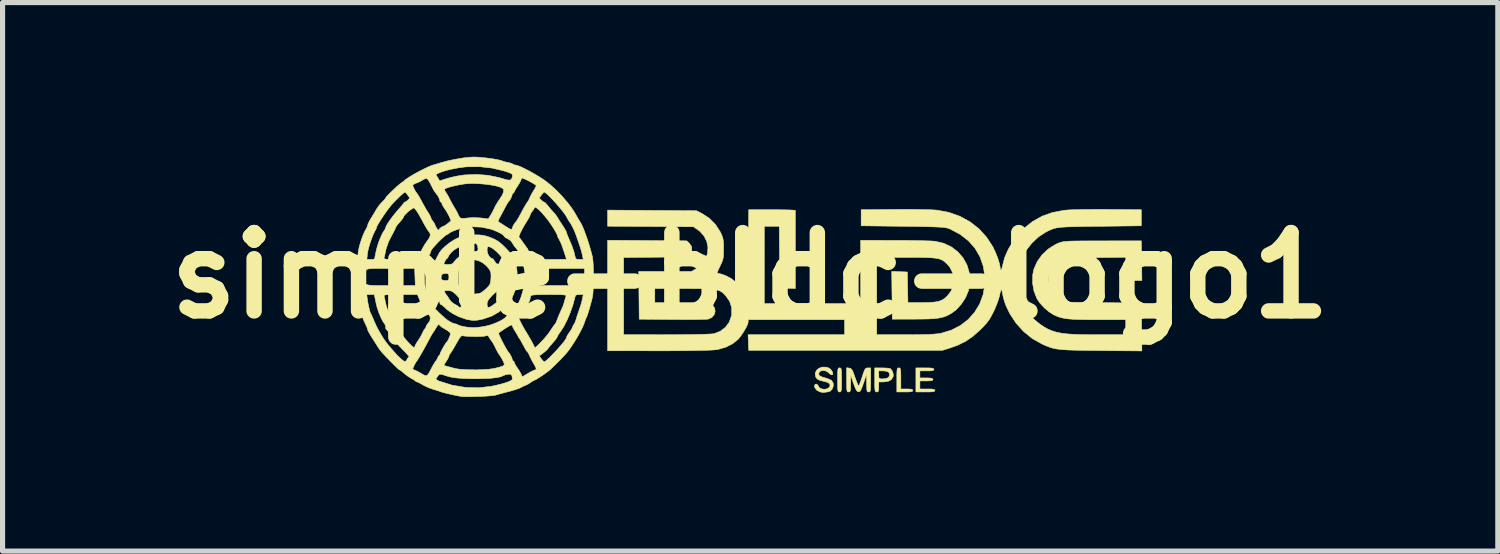
<source format=kicad_pcb>
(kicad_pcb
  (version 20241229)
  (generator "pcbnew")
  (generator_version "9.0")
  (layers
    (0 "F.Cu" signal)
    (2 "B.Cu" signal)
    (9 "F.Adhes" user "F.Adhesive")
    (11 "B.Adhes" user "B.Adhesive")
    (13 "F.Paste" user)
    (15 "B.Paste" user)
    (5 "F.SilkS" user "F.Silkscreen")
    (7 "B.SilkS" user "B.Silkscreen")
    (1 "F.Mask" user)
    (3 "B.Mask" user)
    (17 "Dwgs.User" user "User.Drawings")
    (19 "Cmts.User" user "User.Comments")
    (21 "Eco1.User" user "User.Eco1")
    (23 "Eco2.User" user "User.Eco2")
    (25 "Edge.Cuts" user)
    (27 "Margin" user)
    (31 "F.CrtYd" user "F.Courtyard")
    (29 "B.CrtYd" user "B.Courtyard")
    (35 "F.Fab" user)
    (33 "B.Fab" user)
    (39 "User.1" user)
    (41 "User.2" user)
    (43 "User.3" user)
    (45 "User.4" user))
  (footprint "simple-bldc-logo1"
    (layer "F.Cu")
    (at 11.546 2.31)
    (property "Reference" "simple-bldc-logo1" (at 0 0 0) (layer "F.SilkS") (effects (font (size 1.524 1.524) (thickness 0.3))))
    (attr through_hole)
    (fp_poly (pts (xy 1.755 1.8) (xy 1.766 1.811) (xy 1.773 1.838) (xy 1.777 1.886) (xy 1.778 1.963) (xy 1.778 2.032) (xy 1.778 2.131) (xy 1.776 2.197) (xy 1.771 2.238) (xy 1.763 2.258) (xy 1.75 2.266) (xy 1.739 2.266) (xy 1.722 2.264) (xy 1.711 2.253) (xy 1.705 2.226) (xy 1.701 2.178) (xy 1.7 2.101) (xy 1.7 2.032) (xy 1.7 1.933) (xy 1.702 1.867) (xy 1.707 1.826) (xy 1.715 1.806) (xy 1.727 1.798) (xy 1.739 1.798) (xy 1.755 1.8)) (stroke (width 0.01) (type solid)) (fill yes) (layer "F.SilkS"))
    (fp_poly (pts (xy 2.909 1.8) (xy 2.92 1.812) (xy 2.927 1.841) (xy 2.93 1.894) (xy 2.931 1.977) (xy 2.931 2.003) (xy 2.931 2.208) (xy 3.048 2.208) (xy 3.116 2.21) (xy 3.153 2.218) (xy 3.165 2.234) (xy 3.165 2.237) (xy 3.158 2.252) (xy 3.131 2.261) (xy 3.078 2.266) (xy 3.009 2.266) (xy 2.853 2.266) (xy 2.853 2.032) (xy 2.853 1.933) (xy 2.855 1.867) (xy 2.859 1.826) (xy 2.867 1.806) (xy 2.88 1.798) (xy 2.892 1.798) (xy 2.909 1.8)) (stroke (width 0.01) (type solid)) (fill yes) (layer "F.SilkS"))
    (fp_poly (pts (xy 3.485 1.799) (xy 3.539 1.803) (xy 3.567 1.811) (xy 3.575 1.825) (xy 3.576 1.827) (xy 3.567 1.843) (xy 3.539 1.852) (xy 3.482 1.856) (xy 3.439 1.856) (xy 3.302 1.856) (xy 3.302 1.993) (xy 3.429 1.993) (xy 3.5 1.995) (xy 3.54 2.002) (xy 3.555 2.016) (xy 3.556 2.022) (xy 3.548 2.039) (xy 3.517 2.048) (xy 3.458 2.051) (xy 3.429 2.052) (xy 3.302 2.052) (xy 3.302 2.208) (xy 3.449 2.208) (xy 3.526 2.209) (xy 3.571 2.215) (xy 3.592 2.226) (xy 3.595 2.237) (xy 3.588 2.251) (xy 3.564 2.26) (xy 3.516 2.265) (xy 3.436 2.266) (xy 3.409 2.266) (xy 3.224 2.266) (xy 3.224 1.798) (xy 3.4 1.798) (xy 3.485 1.799)) (stroke (width 0.01) (type solid)) (fill yes) (layer "F.SilkS"))
    (fp_poly (pts (xy 2.564 1.798) (xy 2.637 1.8) (xy 2.695 1.805) (xy 2.727 1.812) (xy 2.728 1.812) (xy 2.765 1.857) (xy 2.784 1.919) (xy 2.782 1.964) (xy 2.749 2.024) (xy 2.685 2.06) (xy 2.594 2.071) (xy 2.501 2.071) (xy 2.501 2.169) (xy 2.499 2.227) (xy 2.49 2.257) (xy 2.471 2.266) (xy 2.462 2.266) (xy 2.445 2.264) (xy 2.434 2.253) (xy 2.428 2.226) (xy 2.424 2.178) (xy 2.423 2.101) (xy 2.423 2.032) (xy 2.423 1.856) (xy 2.501 1.856) (xy 2.501 1.934) (xy 2.503 1.984) (xy 2.516 2.007) (xy 2.549 2.012) (xy 2.571 2.012) (xy 2.629 2.007) (xy 2.676 1.993) (xy 2.678 1.992) (xy 2.71 1.957) (xy 2.711 1.91) (xy 2.692 1.88) (xy 2.659 1.865) (xy 2.605 1.857) (xy 2.585 1.856) (xy 2.501 1.856) (xy 2.423 1.856) (xy 2.423 1.798) (xy 2.564 1.798)) (stroke (width 0.01) (type solid)) (fill yes) (layer "F.SilkS"))
    (fp_poly (pts (xy 1.478 1.783) (xy 1.532 1.8) (xy 1.567 1.827) (xy 1.594 1.864) (xy 1.608 1.902) (xy 1.605 1.928) (xy 1.59 1.934) (xy 1.556 1.92) (xy 1.525 1.892) (xy 1.483 1.862) (xy 1.428 1.85) (xy 1.377 1.856) (xy 1.346 1.877) (xy 1.332 1.918) (xy 1.35 1.95) (xy 1.403 1.976) (xy 1.446 1.988) (xy 1.512 2.009) (xy 1.566 2.032) (xy 1.587 2.046) (xy 1.616 2.095) (xy 1.617 2.153) (xy 1.596 2.209) (xy 1.557 2.251) (xy 1.506 2.266) (xy 1.46 2.271) (xy 1.443 2.275) (xy 1.406 2.275) (xy 1.358 2.265) (xy 1.293 2.231) (xy 1.256 2.179) (xy 1.25 2.145) (xy 1.263 2.117) (xy 1.29 2.112) (xy 1.316 2.132) (xy 1.323 2.148) (xy 1.351 2.187) (xy 1.4 2.209) (xy 1.459 2.213) (xy 1.513 2.198) (xy 1.548 2.164) (xy 1.551 2.158) (xy 1.551 2.114) (xy 1.514 2.082) (xy 1.44 2.061) (xy 1.44 2.061) (xy 1.356 2.041) (xy 1.304 2.014) (xy 1.275 1.975) (xy 1.272 1.967) (xy 1.264 1.902) (xy 1.289 1.846) (xy 1.337 1.805) (xy 1.402 1.782) (xy 1.478 1.783)) (stroke (width 0.01) (type solid)) (fill yes) (layer "F.SilkS"))
    (fp_poly (pts (xy 1.927 1.801) (xy 1.953 1.808) (xy 1.974 1.826) (xy 1.995 1.862) (xy 2.019 1.924) (xy 2.038 1.978) (xy 2.065 2.053) (xy 2.089 2.111) (xy 2.105 2.144) (xy 2.11 2.149) (xy 2.121 2.132) (xy 2.14 2.085) (xy 2.164 2.018) (xy 2.179 1.973) (xy 2.205 1.891) (xy 2.226 1.84) (xy 2.243 1.812) (xy 2.263 1.8) (xy 2.289 1.798) (xy 2.345 1.798) (xy 2.345 2.032) (xy 2.344 2.131) (xy 2.342 2.197) (xy 2.338 2.238) (xy 2.33 2.258) (xy 2.317 2.266) (xy 2.306 2.266) (xy 2.287 2.263) (xy 2.275 2.249) (xy 2.269 2.216) (xy 2.266 2.157) (xy 2.265 2.095) (xy 2.263 1.925) (xy 2.204 2.097) (xy 2.175 2.178) (xy 2.153 2.229) (xy 2.134 2.255) (xy 2.115 2.263) (xy 2.105 2.263) (xy 2.081 2.251) (xy 2.058 2.218) (xy 2.032 2.158) (xy 2.011 2.1) (xy 1.957 1.944) (xy 1.955 2.105) (xy 1.954 2.185) (xy 1.95 2.233) (xy 1.941 2.257) (xy 1.926 2.266) (xy 1.915 2.266) (xy 1.898 2.264) (xy 1.887 2.253) (xy 1.881 2.226) (xy 1.877 2.178) (xy 1.876 2.102) (xy 1.876 2.031) (xy 1.876 1.795) (xy 1.927 1.801)) (stroke (width 0.01) (type solid)) (fill yes) (layer "F.SilkS"))
    (fp_poly (pts (xy -5.265 -0.789) (xy -5.188 -0.78) (xy -5.115 -0.761) (xy -5.043 -0.735) (xy -4.964 -0.7) (xy -4.9 -0.662) (xy -4.837 -0.612) (xy -4.764 -0.541) (xy -4.707 -0.481) (xy -4.662 -0.428) (xy -4.635 -0.392) (xy -4.631 -0.38) (xy -4.622 -0.347) (xy -4.602 -0.301) (xy -4.601 -0.3) (xy -4.581 -0.25) (xy -4.572 -0.211) (xy -4.562 -0.176) (xy -4.552 -0.166) (xy -4.544 -0.142) (xy -4.537 -0.089) (xy -4.533 -0.015) (xy -4.533 0.029) (xy -4.535 0.111) (xy -4.54 0.176) (xy -4.548 0.217) (xy -4.552 0.225) (xy -4.57 0.253) (xy -4.572 0.27) (xy -4.581 0.31) (xy -4.601 0.359) (xy -4.622 0.406) (xy -4.631 0.44) (xy -4.631 0.44) (xy -4.643 0.465) (xy -4.678 0.509) (xy -4.728 0.565) (xy -4.753 0.591) (xy -4.886 0.708) (xy -5.031 0.791) (xy -5.199 0.848) (xy -5.21 0.851) (xy -5.313 0.87) (xy -5.398 0.874) (xy -5.485 0.861) (xy -5.534 0.849) (xy -5.667 0.803) (xy -5.79 0.741) (xy -5.89 0.671) (xy -5.919 0.644) (xy -5.964 0.601) (xy -6.001 0.573) (xy -6.016 0.567) (xy -6.035 0.551) (xy -6.037 0.537) (xy -6.047 0.503) (xy -6.072 0.453) (xy -6.082 0.434) (xy -6.145 0.303) (xy -5.949 0.303) (xy -5.944 0.325) (xy -5.937 0.337) (xy -5.915 0.374) (xy -5.9 0.391) (xy -5.883 0.413) (xy -5.858 0.456) (xy -5.855 0.461) (xy -5.816 0.511) (xy -5.762 0.552) (xy -5.756 0.555) (xy -5.709 0.58) (xy -5.678 0.603) (xy -5.676 0.606) (xy -5.647 0.624) (xy -5.64 0.625) (xy -5.625 0.608) (xy -5.623 0.568) (xy -5.451 0.568) (xy -5.439 0.633) (xy -5.404 0.672) (xy -5.357 0.68) (xy -5.322 0.67) (xy -5.305 0.644) (xy -5.299 0.601) (xy -5.295 0.558) (xy -5.119 0.558) (xy -5.114 0.606) (xy -5.095 0.623) (xy -5.055 0.61) (xy -5.026 0.592) (xy -4.934 0.524) (xy -4.855 0.441) (xy -4.804 0.366) (xy -4.767 0.293) (xy -4.846 0.293) (xy -4.893 0.297) (xy -4.931 0.311) (xy -4.973 0.343) (xy -5.023 0.392) (xy -5.077 0.452) (xy -5.107 0.498) (xy -5.118 0.54) (xy -5.119 0.558) (xy -5.295 0.558) (xy -5.293 0.528) (xy -5.372 0.528) (xy -5.423 0.531) (xy -5.446 0.543) (xy -5.451 0.568) (xy -5.623 0.568) (xy -5.623 0.556) (xy -5.624 0.544) (xy -5.636 0.488) (xy -5.664 0.437) (xy -5.717 0.378) (xy -5.77 0.329) (xy -5.813 0.303) (xy -5.857 0.294) (xy -5.881 0.293) (xy -5.931 0.295) (xy -5.949 0.303) (xy -6.145 0.303) (xy -6.155 0.282) (xy -6.192 0.12) (xy -6.193 0.061) (xy -6.014 0.061) (xy -5.99 0.089) (xy -5.935 0.098) (xy -5.929 0.098) (xy -5.884 0.095) (xy -5.865 0.077) (xy -5.862 0.034) (xy -5.862 0.033) (xy -5.676 0.033) (xy -5.676 0.18) (xy -5.583 0.265) (xy -5.499 0.328) (xy -5.423 0.359) (xy -5.346 0.36) (xy -5.344 0.359) (xy -5.295 0.353) (xy -5.273 0.352) (xy -5.243 0.339) (xy -5.196 0.307) (xy -5.149 0.267) (xy -5.096 0.216) (xy -5.066 0.175) (xy -5.052 0.129) (xy -5.046 0.083) (xy -5.043 0.029) (xy -4.855 0.029) (xy -4.852 0.075) (xy -4.835 0.094) (xy -4.794 0.098) (xy -4.793 0.098) (xy -4.746 0.092) (xy -4.718 0.078) (xy -4.718 0.077) (xy -4.712 0.044) (xy -4.717 0.009) (xy -4.734 -0.026) (xy -4.77 -0.038) (xy -4.792 -0.039) (xy -4.835 -0.036) (xy -4.852 -0.018) (xy -4.855 0.027) (xy -4.855 0.029) (xy -5.043 0.029) (xy -5.042 0.014) (xy -5.045 -0.045) (xy -5.048 -0.065) (xy -5.079 -0.126) (xy -5.135 -0.191) (xy -5.205 -0.247) (xy -5.275 -0.283) (xy -5.335 -0.301) (xy -5.382 -0.302) (xy -5.438 -0.288) (xy -5.445 -0.285) (xy -5.511 -0.253) (xy -5.578 -0.206) (xy -5.602 -0.185) (xy -5.64 -0.147) (xy -5.662 -0.115) (xy -5.672 -0.076) (xy -5.676 -0.019) (xy -5.676 0.033) (xy -5.862 0.033) (xy -5.862 0.029) (xy -5.865 -0.017) (xy -5.882 -0.035) (xy -5.925 -0.039) (xy -5.93 -0.039) (xy -5.978 -0.034) (xy -6.002 -0.013) (xy -6.01 0.009) (xy -6.014 0.061) (xy -6.193 0.061) (xy -6.194 -0.046) (xy -6.16 -0.208) (xy -6.153 -0.224) (xy -5.959 -0.224) (xy -5.942 -0.218) (xy -5.898 -0.215) (xy -5.876 -0.215) (xy -5.818 -0.22) (xy -5.781 -0.239) (xy -5.755 -0.273) (xy -5.716 -0.319) (xy -5.675 -0.352) (xy -5.673 -0.353) (xy -5.643 -0.381) (xy -5.627 -0.431) (xy -5.623 -0.466) (xy -5.619 -0.513) (xy -5.451 -0.513) (xy -5.446 -0.484) (xy -5.424 -0.472) (xy -5.373 -0.469) (xy -5.323 -0.472) (xy -5.3 -0.484) (xy -5.299 -0.489) (xy -5.119 -0.489) (xy -5.108 -0.429) (xy -5.08 -0.374) (xy -5.043 -0.339) (xy -5.019 -0.332) (xy -5 -0.317) (xy -4.973 -0.28) (xy -4.969 -0.274) (xy -4.941 -0.235) (xy -4.906 -0.219) (xy -4.851 -0.215) (xy -4.8 -0.217) (xy -4.77 -0.223) (xy -4.767 -0.225) (xy -4.782 -0.271) (xy -4.819 -0.333) (xy -4.873 -0.4) (xy -4.936 -0.465) (xy -5 -0.519) (xy -5.036 -0.542) (xy -5.084 -0.563) (xy -5.109 -0.556) (xy -5.118 -0.515) (xy -5.119 -0.489) (xy -5.299 -0.489) (xy -5.295 -0.513) (xy -5.295 -0.516) (xy -5.304 -0.584) (xy -5.332 -0.62) (xy -5.358 -0.625) (xy -5.406 -0.608) (xy -5.44 -0.563) (xy -5.451 -0.513) (xy -5.619 -0.513) (xy -5.619 -0.521) (xy -5.619 -0.558) (xy -5.62 -0.564) (xy -5.639 -0.562) (xy -5.68 -0.546) (xy -5.691 -0.541) (xy -5.76 -0.498) (xy -5.821 -0.444) (xy -5.863 -0.389) (xy -5.872 -0.369) (xy -5.888 -0.339) (xy -5.899 -0.332) (xy -5.915 -0.317) (xy -5.937 -0.282) (xy -5.954 -0.244) (xy -5.959 -0.224) (xy -6.153 -0.224) (xy -6.104 -0.338) (xy -6.073 -0.393) (xy -6.05 -0.438) (xy -6.004 -0.501) (xy -5.932 -0.57) (xy -5.845 -0.639) (xy -5.751 -0.699) (xy -5.675 -0.736) (xy -5.597 -0.765) (xy -5.528 -0.782) (xy -5.451 -0.79) (xy -5.363 -0.791) (xy -5.265 -0.789)) (stroke (width 0.01) (type solid)) (fill yes) (layer "F.SilkS"))
    (fp_poly (pts (xy 3.131 -1.286) (xy 3.282 -1.284) (xy 3.418 -1.281) (xy 3.53 -1.278) (xy 3.612 -1.273) (xy 3.638 -1.271) (xy 3.866 -1.228) (xy 4.08 -1.152) (xy 4.276 -1.045) (xy 4.45 -0.909) (xy 4.599 -0.746) (xy 4.72 -0.56) (xy 4.726 -0.547) (xy 4.776 -0.441) (xy 4.818 -0.334) (xy 4.848 -0.237) (xy 4.864 -0.159) (xy 4.865 -0.137) (xy 4.87 -0.106) (xy 4.882 -0.107) (xy 4.896 -0.135) (xy 4.91 -0.184) (xy 4.912 -0.198) (xy 4.951 -0.348) (xy 5.02 -0.506) (xy 5.113 -0.663) (xy 5.223 -0.809) (xy 5.328 -0.918) (xy 5.499 -1.053) (xy 5.682 -1.155) (xy 5.883 -1.226) (xy 6.107 -1.268) (xy 6.135 -1.271) (xy 6.201 -1.276) (xy 6.299 -1.28) (xy 6.424 -1.283) (xy 6.568 -1.285) (xy 6.726 -1.286) (xy 6.89 -1.286) (xy 6.965 -1.285) (xy 7.61 -1.28) (xy 7.61 -0.967) (xy 6.799 -0.957) (xy 6.596 -0.955) (xy 6.427 -0.952) (xy 6.289 -0.949) (xy 6.178 -0.946) (xy 6.089 -0.941) (xy 6.017 -0.934) (xy 5.96 -0.926) (xy 5.912 -0.915) (xy 5.87 -0.9) (xy 5.829 -0.882) (xy 5.785 -0.861) (xy 5.752 -0.844) (xy 5.612 -0.753) (xy 5.482 -0.632) (xy 5.37 -0.49) (xy 5.282 -0.335) (xy 5.253 -0.264) (xy 5.218 -0.126) (xy 5.201 0.032) (xy 5.204 0.192) (xy 5.226 0.338) (xy 5.29 0.526) (xy 5.388 0.697) (xy 5.515 0.847) (xy 5.636 0.946) (xy 5.715 0.999) (xy 5.791 1.042) (xy 5.871 1.076) (xy 5.957 1.103) (xy 6.056 1.123) (xy 6.173 1.137) (xy 6.311 1.146) (xy 6.478 1.151) (xy 6.676 1.153) (xy 6.752 1.153) (xy 7.307 1.153) (xy 7.307 0.86) (xy 6.761 0.86) (xy 6.576 0.859) (xy 6.425 0.857) (xy 6.303 0.853) (xy 6.204 0.846) (xy 6.123 0.836) (xy 6.056 0.822) (xy 5.997 0.804) (xy 5.94 0.781) (xy 5.9 0.762) (xy 5.81 0.704) (xy 5.719 0.626) (xy 5.638 0.538) (xy 5.58 0.453) (xy 5.579 0.45) (xy 5.522 0.305) (xy 5.494 0.148) (xy 5.496 -0.008) (xy 5.519 -0.121) (xy 5.583 -0.268) (xy 5.679 -0.402) (xy 5.801 -0.517) (xy 5.942 -0.605) (xy 5.993 -0.628) (xy 6.023 -0.639) (xy 6.052 -0.648) (xy 6.084 -0.656) (xy 6.124 -0.661) (xy 6.176 -0.666) (xy 6.244 -0.669) (xy 6.332 -0.671) (xy 6.444 -0.672) (xy 6.586 -0.673) (xy 6.759 -0.673) (xy 6.858 -0.673) (xy 7.61 -0.674) (xy 7.616 -0.288) (xy 7.621 0.098) (xy 7.307 0.098) (xy 7.307 -0.354) (xy 6.697 -0.348) (xy 6.086 -0.342) (xy 6.014 -0.292) (xy 5.91 -0.199) (xy 5.84 -0.089) (xy 5.806 0.036) (xy 5.803 0.094) (xy 5.821 0.205) (xy 5.869 0.315) (xy 5.941 0.411) (xy 5.995 0.458) (xy 6.08 0.518) (xy 6.845 0.528) (xy 7.61 0.537) (xy 7.621 1.468) (xy 6.824 1.461) (xy 6.615 1.459) (xy 6.441 1.456) (xy 6.297 1.453) (xy 6.178 1.449) (xy 6.082 1.443) (xy 6.002 1.435) (xy 5.935 1.425) (xy 5.876 1.411) (xy 5.821 1.393) (xy 5.765 1.372) (xy 5.705 1.345) (xy 5.68 1.334) (xy 5.492 1.229) (xy 5.321 1.091) (xy 5.172 0.926) (xy 5.049 0.739) (xy 4.975 0.582) (xy 4.946 0.501) (xy 4.923 0.42) (xy 4.911 0.362) (xy 4.901 0.31) (xy 4.891 0.278) (xy 4.886 0.274) (xy 4.877 0.291) (xy 4.863 0.337) (xy 4.852 0.391) (xy 4.833 0.461) (xy 4.801 0.55) (xy 4.762 0.646) (xy 4.737 0.699) (xy 4.69 0.791) (xy 4.646 0.865) (xy 4.595 0.931) (xy 4.528 1.004) (xy 4.477 1.055) (xy 4.334 1.183) (xy 4.191 1.281) (xy 4.034 1.358) (xy 3.888 1.41) (xy 3.742 1.456) (xy -0.029 1.456) (xy -0.035 1.304) (xy -0.041 1.153) (xy 1.837 1.153) (xy 1.837 0.86) (xy -0.039 0.86) (xy -0.039 0.905) (xy -0.05 0.949) (xy -0.08 1.014) (xy -0.123 1.088) (xy -0.172 1.162) (xy -0.222 1.226) (xy -0.238 1.244) (xy -0.344 1.329) (xy -0.475 1.395) (xy -0.623 1.438) (xy -0.677 1.446) (xy -0.728 1.45) (xy -0.813 1.454) (xy -0.928 1.457) (xy -1.069 1.46) (xy -1.231 1.462) (xy -1.41 1.464) (xy -1.601 1.465) (xy -1.8 1.465) (xy -1.802 1.465) (xy -2.774 1.464) (xy -2.774 -0.685) (xy -2.004 -0.68) (xy -1.234 -0.674) (xy -1.184 -0.627) (xy -1.141 -0.564) (xy -1.135 -0.495) (xy -1.165 -0.429) (xy -1.184 -0.409) (xy -1.234 -0.361) (xy -2.462 -0.35) (xy -2.462 1.153) (xy -1.627 1.152) (xy -1.422 1.152) (xy -1.235 1.15) (xy -1.071 1.148) (xy -0.933 1.145) (xy -0.823 1.141) (xy -0.745 1.137) (xy -0.704 1.132) (xy -0.703 1.132) (xy -0.582 1.085) (xy -0.482 1.009) (xy -0.408 0.908) (xy -0.365 0.787) (xy -0.359 0.749) (xy -0.361 0.621) (xy -0.399 0.505) (xy -0.463 0.412) (xy -0.5 0.37) (xy -0.534 0.336) (xy -0.571 0.31) (xy -0.616 0.29) (xy -0.672 0.275) (xy -0.744 0.266) (xy -0.837 0.259) (xy -0.956 0.256) (xy -1.105 0.255) (xy -1.275 0.254) (xy -1.856 0.254) (xy -1.856 0.528) (xy -1.351 0.528) (xy -1.177 0.528) (xy -1.031 0.531) (xy -0.916 0.535) (xy -0.833 0.541) (xy -0.787 0.548) (xy -0.784 0.549) (xy -0.723 0.587) (xy -0.689 0.642) (xy -0.683 0.704) (xy -0.702 0.765) (xy -0.746 0.816) (xy -0.813 0.847) (xy -0.825 0.85) (xy -0.86 0.852) (xy -0.929 0.854) (xy -1.026 0.856) (xy -1.146 0.857) (xy -1.285 0.857) (xy -1.437 0.856) (xy -1.524 0.856) (xy -2.159 0.85) (xy -2.164 0.386) (xy -2.169 -0.078) (xy -1.141 -0.078) (xy -1.035 -0.142) (xy -0.937 -0.22) (xy -0.869 -0.318) (xy -0.831 -0.428) (xy -0.822 -0.544) (xy -0.844 -0.659) (xy -0.896 -0.765) (xy -0.978 -0.858) (xy -1.013 -0.885) (xy -1.104 -0.948) (xy -1.939 -0.953) (xy -2.774 -0.959) (xy -2.774 -1.272) (xy -1.045 -1.26) (xy -0.935 -1.204) (xy -0.795 -1.113) (xy -0.676 -0.993) (xy -0.585 -0.853) (xy -0.578 -0.84) (xy -0.55 -0.777) (xy -0.532 -0.724) (xy -0.522 -0.668) (xy -0.518 -0.596) (xy -0.518 -0.517) (xy -0.519 -0.424) (xy -0.523 -0.357) (xy -0.534 -0.304) (xy -0.554 -0.251) (xy -0.581 -0.193) (xy -0.617 -0.119) (xy -0.636 -0.074) (xy -0.642 -0.05) (xy -0.634 -0.041) (xy -0.616 -0.039) (xy -0.583 -0.033) (xy -0.528 -0.016) (xy -0.479 0.002) (xy -0.376 0.055) (xy -0.272 0.135) (xy -0.178 0.23) (xy -0.105 0.331) (xy -0.093 0.353) (xy -0.039 0.456) (xy -0.034 -0.412) (xy -0.029 -1.28) (xy 0.425 -1.28) (xy 0.554 -1.279) (xy 0.668 -1.277) (xy 0.763 -1.275) (xy 0.833 -1.272) (xy 0.872 -1.268) (xy 0.879 -1.265) (xy 0.879 0.253) (xy 0.576 0.244) (xy 0.566 -0.957) (xy 0.274 -0.957) (xy 0.274 0.547) (xy 2.149 0.547) (xy 2.149 -0.684) (xy 2.809 -0.683) (xy 2.972 -0.683) (xy 3.129 -0.681) (xy 3.274 -0.679) (xy 3.4 -0.675) (xy 3.503 -0.672) (xy 3.575 -0.668) (xy 3.602 -0.665) (xy 3.767 -0.626) (xy 3.915 -0.556) (xy 4.041 -0.459) (xy 4.143 -0.341) (xy 4.218 -0.204) (xy 4.263 -0.054) (xy 4.276 0.104) (xy 4.253 0.268) (xy 4.243 0.306) (xy 4.187 0.437) (xy 4.104 0.562) (xy 4.005 0.669) (xy 3.931 0.725) (xy 3.867 0.763) (xy 3.806 0.792) (xy 3.74 0.814) (xy 3.664 0.829) (xy 3.571 0.84) (xy 3.456 0.846) (xy 3.311 0.848) (xy 3.195 0.849) (xy 2.765 0.85) (xy 2.759 0.385) (xy 2.754 -0.08) (xy 2.906 -0.074) (xy 3.058 -0.068) (xy 3.063 0.23) (xy 3.069 0.528) (xy 3.346 0.527) (xy 3.483 0.525) (xy 3.587 0.517) (xy 3.668 0.503) (xy 3.732 0.479) (xy 3.786 0.444) (xy 3.836 0.399) (xy 3.911 0.298) (xy 3.953 0.184) (xy 3.962 0.064) (xy 3.939 -0.054) (xy 3.884 -0.162) (xy 3.834 -0.22) (xy 3.796 -0.256) (xy 3.761 -0.284) (xy 3.723 -0.306) (xy 3.678 -0.323) (xy 3.621 -0.335) (xy 3.548 -0.343) (xy 3.453 -0.348) (xy 3.333 -0.351) (xy 3.181 -0.352) (xy 3.039 -0.352) (xy 2.462 -0.352) (xy 2.462 1.153) (xy 3.017 1.153) (xy 3.203 1.152) (xy 3.353 1.15) (xy 3.475 1.147) (xy 3.571 1.141) (xy 3.647 1.134) (xy 3.707 1.125) (xy 3.716 1.123) (xy 3.912 1.064) (xy 4.088 0.974) (xy 4.241 0.857) (xy 4.367 0.715) (xy 4.465 0.553) (xy 4.532 0.373) (xy 4.565 0.179) (xy 4.567 0.03) (xy 4.537 -0.173) (xy 4.473 -0.36) (xy 4.375 -0.528) (xy 4.246 -0.675) (xy 4.086 -0.8) (xy 3.897 -0.9) (xy 3.862 -0.915) (xy 3.836 -0.923) (xy 3.803 -0.93) (xy 3.758 -0.936) (xy 3.698 -0.94) (xy 3.618 -0.944) (xy 3.515 -0.948) (xy 3.385 -0.951) (xy 3.225 -0.954) (xy 3.03 -0.956) (xy 2.97 -0.957) (xy 2.159 -0.967) (xy 2.159 -1.28) (xy 2.804 -1.285) (xy 2.969 -1.286) (xy 3.131 -1.286)) (stroke (width 0.01) (type solid)) (fill yes) (layer "F.SilkS"))
    (fp_poly (pts (xy -5.298 -2.302) (xy -5.203 -2.294) (xy -5.102 -2.283) (xy -5.003 -2.269) (xy -4.917 -2.254) (xy -4.853 -2.239) (xy -4.825 -2.229) (xy -4.788 -2.215) (xy -4.731 -2.202) (xy -4.713 -2.199) (xy -4.66 -2.186) (xy -4.625 -2.172) (xy -4.62 -2.167) (xy -4.593 -2.153) (xy -4.568 -2.149) (xy -4.525 -2.139) (xy -4.457 -2.112) (xy -4.371 -2.07) (xy -4.273 -2.019) (xy -4.172 -1.961) (xy -4.074 -1.901) (xy -4.001 -1.853) (xy -3.885 -1.762) (xy -3.763 -1.65) (xy -3.644 -1.525) (xy -3.536 -1.397) (xy -3.445 -1.273) (xy -3.38 -1.163) (xy -3.348 -1.104) (xy -3.31 -1.045) (xy -3.28 -0.992) (xy -3.243 -0.908) (xy -3.203 -0.802) (xy -3.161 -0.683) (xy -3.122 -0.557) (xy -3.087 -0.432) (xy -3.07 -0.366) (xy -3.061 -0.304) (xy -3.054 -0.212) (xy -3.05 -0.1) (xy -3.049 0.021) (xy -3.05 0.144) (xy -3.054 0.257) (xy -3.06 0.352) (xy -3.069 0.419) (xy -3.07 0.425) (xy -3.092 0.513) (xy -3.117 0.603) (xy -3.141 0.688) (xy -3.163 0.756) (xy -3.179 0.801) (xy -3.184 0.811) (xy -3.198 0.839) (xy -3.217 0.892) (xy -3.231 0.933) (xy -3.259 1.002) (xy -3.305 1.093) (xy -3.362 1.196) (xy -3.426 1.301) (xy -3.49 1.399) (xy -3.549 1.48) (xy -3.556 1.488) (xy -3.6 1.539) (xy -3.662 1.606) (xy -3.734 1.679) (xy -3.807 1.751) (xy -3.87 1.812) (xy -3.915 1.851) (xy -3.966 1.89) (xy -4.027 1.934) (xy -4.089 1.975) (xy -4.143 2.009) (xy -4.179 2.029) (xy -4.188 2.032) (xy -4.214 2.043) (xy -4.257 2.07) (xy -4.267 2.078) (xy -4.321 2.113) (xy -4.372 2.137) (xy -4.377 2.139) (xy -4.425 2.159) (xy -4.452 2.175) (xy -4.49 2.194) (xy -4.563 2.219) (xy -4.67 2.251) (xy -4.806 2.286) (xy -4.875 2.305) (xy -4.938 2.323) (xy -4.953 2.328) (xy -4.993 2.335) (xy -5.063 2.342) (xy -5.154 2.348) (xy -5.257 2.353) (xy -5.363 2.356) (xy -5.463 2.358) (xy -5.548 2.358) (xy -5.609 2.355) (xy -5.627 2.353) (xy -5.712 2.337) (xy -5.803 2.318) (xy -5.888 2.298) (xy -5.958 2.281) (xy -6.003 2.268) (xy -6.008 2.266) (xy -6.048 2.251) (xy -6.11 2.232) (xy -6.163 2.216) (xy -6.246 2.187) (xy -6.33 2.15) (xy -6.371 2.127) (xy -6.425 2.096) (xy -6.467 2.076) (xy -6.482 2.071) (xy -6.508 2.06) (xy -6.51 2.056) (xy -6.53 2.039) (xy -6.572 2.014) (xy -6.589 2.005) (xy -6.591 2.004) (xy -6.112 2.004) (xy -6.108 2.024) (xy -6.067 2.048) (xy -6.049 2.056) (xy -5.799 2.134) (xy -5.541 2.177) (xy -5.28 2.184) (xy -5.041 2.157) (xy -4.943 2.136) (xy -4.842 2.111) (xy -4.757 2.086) (xy -4.745 2.082) (xy -4.677 2.056) (xy -4.64 2.035) (xy -4.626 2.014) (xy -4.627 2.001) (xy -4.638 1.946) (xy -4.658 1.922) (xy -4.696 1.92) (xy -4.724 1.924) (xy -4.777 1.937) (xy -4.813 1.951) (xy -4.816 1.954) (xy -4.859 1.972) (xy -4.935 1.987) (xy -5.038 1.999) (xy -5.162 2.006) (xy -5.302 2.009) (xy -5.452 2.008) (xy -5.454 2.008) (xy -5.585 2.003) (xy -5.686 1.996) (xy -5.765 1.988) (xy -5.831 1.975) (xy -5.892 1.959) (xy -5.909 1.954) (xy -5.978 1.931) (xy -6.021 1.921) (xy -6.045 1.922) (xy -6.061 1.935) (xy -6.069 1.946) (xy -6.097 1.985) (xy -6.112 2.004) (xy -6.591 2.004) (xy -6.65 1.968) (xy -6.715 1.919) (xy -6.736 1.902) (xy -6.78 1.864) (xy -6.814 1.841) (xy -6.823 1.837) (xy -6.842 1.823) (xy -6.847 1.819) (xy -6.565 1.819) (xy -6.549 1.835) (xy -6.54 1.837) (xy -6.512 1.846) (xy -6.462 1.871) (xy -6.409 1.901) (xy -6.352 1.935) (xy -6.313 1.949) (xy -6.283 1.941) (xy -6.255 1.907) (xy -6.221 1.843) (xy -6.204 1.81) (xy -6.169 1.745) (xy -5.959 1.745) (xy -5.943 1.755) (xy -5.905 1.766) (xy -5.855 1.779) (xy -5.787 1.797) (xy -5.754 1.806) (xy -5.678 1.821) (xy -5.573 1.83) (xy -5.449 1.835) (xy -5.319 1.836) (xy -5.19 1.831) (xy -5.075 1.823) (xy -4.982 1.809) (xy -4.964 1.805) (xy -4.875 1.782) (xy -4.819 1.764) (xy -4.79 1.745) (xy -4.785 1.72) (xy -4.798 1.685) (xy -4.812 1.656) (xy -4.84 1.605) (xy -4.86 1.57) (xy -4.865 1.563) (xy -4.893 1.525) (xy -4.93 1.46) (xy -4.966 1.387) (xy -4.993 1.334) (xy -5.014 1.298) (xy -5.021 1.29) (xy -5.039 1.267) (xy -5.065 1.226) (xy -5.07 1.217) (xy -5.098 1.177) (xy -5.122 1.167) (xy -5.144 1.175) (xy -5.177 1.182) (xy -5.238 1.186) (xy -5.317 1.188) (xy -5.403 1.187) (xy -5.486 1.184) (xy -5.556 1.179) (xy -5.601 1.172) (xy -5.605 1.171) (xy -5.629 1.184) (xy -5.664 1.231) (xy -5.709 1.308) (xy -5.75 1.382) (xy -5.789 1.448) (xy -5.819 1.494) (xy -5.824 1.501) (xy -5.851 1.541) (xy -5.862 1.571) (xy -5.872 1.6) (xy -5.898 1.645) (xy -5.91 1.665) (xy -5.94 1.71) (xy -5.957 1.74) (xy -5.959 1.745) (xy -6.169 1.745) (xy -6.168 1.744) (xy -6.133 1.686) (xy -6.111 1.656) (xy -6.085 1.617) (xy -6.076 1.589) (xy -6.065 1.565) (xy -6.057 1.563) (xy -6.04 1.547) (xy -6.037 1.534) (xy -6.028 1.505) (xy -6.003 1.455) (xy -5.971 1.396) (xy -5.938 1.341) (xy -5.91 1.301) (xy -5.899 1.29) (xy -5.884 1.267) (xy -5.862 1.222) (xy -5.854 1.203) (xy -5.835 1.154) (xy -5.833 1.126) (xy -5.837 1.119) (xy -4.897 1.119) (xy -4.892 1.139) (xy -4.872 1.183) (xy -4.843 1.244) (xy -4.808 1.313) (xy -4.772 1.38) (xy -4.74 1.437) (xy -4.716 1.476) (xy -4.708 1.485) (xy -4.681 1.52) (xy -4.653 1.569) (xy -4.634 1.614) (xy -4.631 1.631) (xy -4.62 1.657) (xy -4.611 1.661) (xy -4.593 1.676) (xy -4.592 1.687) (xy -4.581 1.717) (xy -4.553 1.765) (xy -4.532 1.796) (xy -4.493 1.853) (xy -4.463 1.906) (xy -4.454 1.925) (xy -4.436 1.973) (xy -4.323 1.905) (xy -4.263 1.87) (xy -4.213 1.846) (xy -4.186 1.837) (xy -4.165 1.828) (xy -4.168 1.798) (xy -4.195 1.744) (xy -4.211 1.719) (xy -4.249 1.651) (xy -4.284 1.579) (xy -4.29 1.566) (xy -4.104 1.566) (xy -4.063 1.623) (xy -4.031 1.661) (xy -4.006 1.68) (xy -4.004 1.68) (xy -3.983 1.667) (xy -3.942 1.632) (xy -3.889 1.582) (xy -3.863 1.556) (xy -3.773 1.462) (xy -3.696 1.375) (xy -3.634 1.302) (xy -3.593 1.245) (xy -3.575 1.211) (xy -3.575 1.208) (xy -3.564 1.178) (xy -3.535 1.132) (xy -3.516 1.105) (xy -3.482 1.056) (xy -3.462 1.018) (xy -3.458 1.007) (xy -3.446 0.975) (xy -3.435 0.961) (xy -3.415 0.929) (xy -3.394 0.875) (xy -3.388 0.855) (xy -3.368 0.789) (xy -3.341 0.709) (xy -3.322 0.655) (xy -3.296 0.576) (xy -3.274 0.498) (xy -3.264 0.454) (xy -3.248 0.371) (xy -3.324 0.371) (xy -3.374 0.375) (xy -3.399 0.391) (xy -3.41 0.425) (xy -3.448 0.571) (xy -3.501 0.723) (xy -3.563 0.869) (xy -3.629 0.998) (xy -3.695 1.098) (xy -3.729 1.145) (xy -3.749 1.181) (xy -3.751 1.19) (xy -3.764 1.214) (xy -3.795 1.257) (xy -3.838 1.307) (xy -3.885 1.361) (xy -3.922 1.406) (xy -3.94 1.43) (xy -3.965 1.457) (xy -4.009 1.494) (xy -4.03 1.511) (xy -4.104 1.566) (xy -4.29 1.566) (xy -4.291 1.563) (xy -4.313 1.516) (xy -4.331 1.488) (xy -4.336 1.485) (xy -4.351 1.469) (xy -4.377 1.426) (xy -4.41 1.365) (xy -4.417 1.353) (xy -4.451 1.289) (xy -4.479 1.24) (xy -4.497 1.216) (xy -4.499 1.215) (xy -4.513 1.192) (xy -4.513 1.191) (xy -4.524 1.167) (xy -4.55 1.122) (xy -4.572 1.087) (xy -4.605 1.033) (xy -4.626 0.988) (xy -4.631 0.971) (xy -4.642 0.963) (xy -4.678 0.977) (xy -4.742 1.015) (xy -4.76 1.026) (xy -4.821 1.067) (xy -4.869 1.1) (xy -4.895 1.118) (xy -4.897 1.119) (xy -5.837 1.119) (xy -5.848 1.104) (xy -5.857 1.096) (xy -5.897 1.067) (xy -5.952 1.034) (xy -5.964 1.028) (xy -6.012 0.998) (xy -6.043 0.967) (xy -6.047 0.961) (xy -6.059 0.951) (xy -6.081 0.971) (xy -6.111 1.017) (xy -6.143 1.071) (xy -6.17 1.111) (xy -6.179 1.123) (xy -6.196 1.151) (xy -6.224 1.2) (xy -6.24 1.231) (xy -6.275 1.297) (xy -6.317 1.375) (xy -6.362 1.456) (xy -6.406 1.533) (xy -6.444 1.598) (xy -6.472 1.643) (xy -6.484 1.661) (xy -6.503 1.686) (xy -6.528 1.73) (xy -6.551 1.778) (xy -6.564 1.813) (xy -6.565 1.819) (xy -6.847 1.819) (xy -6.885 1.783) (xy -6.947 1.722) (xy -7.027 1.641) (xy -7.12 1.544) (xy -7.157 1.504) (xy -7.202 1.451) (xy -7.239 1.397) (xy -7.267 1.352) (xy -7.309 1.287) (xy -7.354 1.215) (xy -7.36 1.207) (xy -7.399 1.142) (xy -7.429 1.088) (xy -7.444 1.055) (xy -7.444 1.051) (xy -7.453 1.017) (xy -7.474 0.97) (xy -7.476 0.967) (xy -7.523 0.864) (xy -7.568 0.745) (xy -7.603 0.627) (xy -7.623 0.537) (xy -7.646 0.371) (xy -7.461 0.371) (xy -7.451 0.445) (xy -7.439 0.524) (xy -7.423 0.604) (xy -7.406 0.674) (xy -7.392 0.721) (xy -7.386 0.733) (xy -7.372 0.759) (xy -7.349 0.811) (xy -7.319 0.881) (xy -7.308 0.908) (xy -7.267 0.996) (xy -7.212 1.099) (xy -7.153 1.198) (xy -7.131 1.232) (xy -7.076 1.309) (xy -7.011 1.39) (xy -6.941 1.47) (xy -6.873 1.545) (xy -6.81 1.607) (xy -6.759 1.652) (xy -6.724 1.674) (xy -6.714 1.675) (xy -6.689 1.653) (xy -6.673 1.625) (xy -6.652 1.592) (xy -6.637 1.583) (xy -6.643 1.57) (xy -6.672 1.535) (xy -6.719 1.484) (xy -6.769 1.433) (xy -6.829 1.371) (xy -6.878 1.318) (xy -6.908 1.281) (xy -6.917 1.268) (xy -6.929 1.243) (xy -6.941 1.227) (xy -6.967 1.196) (xy -7.002 1.147) (xy -7.014 1.128) (xy -7.047 1.084) (xy -7.072 1.058) (xy -7.078 1.055) (xy -7.089 1.038) (xy -7.092 1.01) (xy -7.099 0.967) (xy -7.11 0.947) (xy -7.147 0.893) (xy -7.187 0.813) (xy -7.227 0.718) (xy -7.26 0.618) (xy -7.28 0.536) (xy -7.308 0.397) (xy -7.124 0.397) (xy -7.122 0.405) (xy -7.111 0.447) (xy -7.1 0.505) (xy -7.098 0.518) (xy -7.076 0.608) (xy -7.032 0.719) (xy -6.97 0.843) (xy -6.896 0.973) (xy -6.813 1.1) (xy -6.726 1.216) (xy -6.641 1.315) (xy -6.632 1.323) (xy -6.578 1.375) (xy -6.545 1.4) (xy -6.529 1.399) (xy -6.526 1.382) (xy -6.515 1.354) (xy -6.488 1.306) (xy -6.462 1.268) (xy -6.42 1.203) (xy -6.384 1.136) (xy -6.371 1.107) (xy -6.349 1.062) (xy -6.331 1.037) (xy -6.327 1.036) (xy -6.313 1.02) (xy -6.311 1.008) (xy -6.298 0.971) (xy -6.285 0.953) (xy -6.235 0.887) (xy -6.223 0.824) (xy -6.234 0.789) (xy -6.257 0.755) (xy -6.273 0.742) (xy -6.294 0.726) (xy -6.325 0.682) (xy -6.363 0.62) (xy -6.4 0.547) (xy -6.428 0.484) (xy -6.474 0.371) (xy -6.805 0.371) (xy -6.926 0.371) (xy -7.013 0.373) (xy -7.071 0.375) (xy -7.105 0.38) (xy -7.121 0.387) (xy -7.124 0.397) (xy -7.308 0.397) (xy -7.313 0.371) (xy -7.461 0.371) (xy -7.646 0.371) (xy -7.647 0.366) (xy -7.663 0.221) (xy -7.671 0.092) (xy -7.671 0.08) (xy -7.503 0.08) (xy -7.502 0.119) (xy -7.495 0.148) (xy -7.477 0.169) (xy -7.443 0.182) (xy -7.391 0.191) (xy -7.315 0.194) (xy -7.21 0.196) (xy -7.073 0.195) (xy -6.998 0.195) (xy -6.516 0.195) (xy -6.522 0.029) (xy -6.522 0.029) (xy -6.338 0.029) (xy -6.333 0.16) (xy -6.318 0.266) (xy -6.288 0.364) (xy -6.253 0.444) (xy -6.229 0.496) (xy -6.215 0.534) (xy -6.213 0.543) (xy -6.2 0.568) (xy -6.163 0.612) (xy -6.111 0.667) (xy -6.049 0.729) (xy -5.985 0.788) (xy -5.926 0.84) (xy -5.878 0.877) (xy -5.82 0.911) (xy -5.771 0.933) (xy -5.75 0.938) (xy -5.709 0.947) (xy -5.694 0.956) (xy -5.657 0.974) (xy -5.591 0.991) (xy -5.507 1.005) (xy -5.415 1.013) (xy -5.382 1.014) (xy -5.304 1.01) (xy -5.208 0.997) (xy -5.113 0.978) (xy -5.098 0.974) (xy -5.016 0.949) (xy -4.933 0.916) (xy -4.856 0.88) (xy -4.795 0.844) (xy -4.777 0.83) (xy -4.504 0.83) (xy -4.455 0.93) (xy -4.416 1.003) (xy -4.373 1.077) (xy -4.354 1.106) (xy -4.246 1.292) (xy -4.216 1.353) (xy -4.197 1.391) (xy -4.185 1.407) (xy -4.185 1.407) (xy -4.17 1.394) (xy -4.133 1.36) (xy -4.084 1.311) (xy -4.068 1.294) (xy -4.003 1.224) (xy -3.939 1.146) (xy -3.89 1.078) (xy -3.89 1.078) (xy -3.851 1.019) (xy -3.818 0.972) (xy -3.8 0.95) (xy -3.776 0.913) (xy -3.762 0.878) (xy -3.744 0.83) (xy -3.716 0.761) (xy -3.683 0.686) (xy -3.653 0.623) (xy -3.638 0.585) (xy -3.62 0.528) (xy -3.615 0.509) (xy -3.599 0.452) (xy -3.585 0.408) (xy -3.582 0.399) (xy -3.583 0.389) (xy -3.599 0.382) (xy -3.635 0.377) (xy -3.694 0.373) (xy -3.783 0.372) (xy -3.905 0.371) (xy -3.916 0.371) (xy -4.049 0.372) (xy -4.146 0.374) (xy -4.212 0.379) (xy -4.252 0.385) (xy -4.268 0.394) (xy -4.268 0.396) (xy -4.278 0.433) (xy -4.286 0.469) (xy -4.301 0.507) (xy -4.333 0.566) (xy -4.376 0.637) (xy -4.4 0.674) (xy -4.504 0.83) (xy -4.777 0.83) (xy -4.756 0.813) (xy -4.748 0.797) (xy -4.732 0.779) (xy -4.694 0.755) (xy -4.689 0.752) (xy -4.649 0.727) (xy -4.631 0.705) (xy -4.631 0.703) (xy -4.619 0.675) (xy -4.596 0.643) (xy -4.558 0.598) (xy -4.52 0.552) (xy -4.492 0.503) (xy -4.461 0.426) (xy -4.431 0.331) (xy -4.406 0.23) (xy -4.399 0.195) (xy -4.211 0.195) (xy -3.224 0.195) (xy -3.224 -0.137) (xy -4.211 -0.137) (xy -4.211 0.195) (xy -4.399 0.195) (xy -4.387 0.132) (xy -4.377 0.049) (xy -4.377 0.03) (xy -4.383 -0.049) (xy -4.4 -0.148) (xy -4.424 -0.253) (xy -4.453 -0.349) (xy -4.481 -0.423) (xy -4.485 -0.43) (xy -4.515 -0.478) (xy -4.556 -0.531) (xy -4.562 -0.537) (xy -4.6 -0.587) (xy -4.628 -0.632) (xy -4.631 -0.638) (xy -4.659 -0.675) (xy -4.707 -0.709) (xy -4.718 -0.714) (xy -4.762 -0.739) (xy -4.769 -0.745) (xy -4.499 -0.745) (xy -4.497 -0.743) (xy -4.479 -0.723) (xy -4.446 -0.68) (xy -4.415 -0.635) (xy -4.377 -0.582) (xy -4.348 -0.542) (xy -4.335 -0.528) (xy -4.323 -0.504) (xy -4.304 -0.456) (xy -4.284 -0.396) (xy -4.267 -0.337) (xy -4.254 -0.328) (xy -4.219 -0.321) (xy -4.157 -0.316) (xy -4.064 -0.314) (xy -3.937 -0.313) (xy -3.918 -0.313) (xy -3.807 -0.313) (xy -3.711 -0.314) (xy -3.637 -0.315) (xy -3.59 -0.316) (xy -3.576 -0.318) (xy -3.582 -0.34) (xy -3.597 -0.388) (xy -3.618 -0.451) (xy -3.64 -0.517) (xy -3.661 -0.576) (xy -3.663 -0.584) (xy -3.689 -0.646) (xy -3.715 -0.698) (xy -3.723 -0.711) (xy -3.745 -0.752) (xy -3.751 -0.779) (xy -3.762 -0.806) (xy -3.789 -0.857) (xy -3.829 -0.924) (xy -3.859 -0.97) (xy -3.923 -1.062) (xy -3.989 -1.146) (xy -4.052 -1.219) (xy -4.109 -1.276) (xy -4.155 -1.314) (xy -4.187 -1.329) (xy -4.201 -1.316) (xy -4.201 -1.312) (xy -4.212 -1.287) (xy -4.24 -1.25) (xy -4.268 -1.211) (xy -4.279 -1.183) (xy -4.289 -1.155) (xy -4.314 -1.107) (xy -4.34 -1.064) (xy -4.395 -0.975) (xy -4.441 -0.892) (xy -4.476 -0.821) (xy -4.496 -0.77) (xy -4.499 -0.745) (xy -4.769 -0.745) (xy -4.786 -0.759) (xy -4.787 -0.763) (xy -4.804 -0.786) (xy -4.852 -0.818) (xy -4.921 -0.852) (xy -5.005 -0.887) (xy -5.052 -0.903) (xy -5.223 -0.94) (xy -5.406 -0.948) (xy -5.586 -0.926) (xy -5.705 -0.893) (xy -5.775 -0.866) (xy -5.828 -0.842) (xy -5.856 -0.824) (xy -5.858 -0.821) (xy -5.881 -0.802) (xy -5.889 -0.801) (xy -5.917 -0.787) (xy -5.962 -0.751) (xy -6.019 -0.699) (xy -6.079 -0.64) (xy -6.135 -0.579) (xy -6.181 -0.526) (xy -6.208 -0.486) (xy -6.213 -0.472) (xy -6.222 -0.442) (xy -6.244 -0.395) (xy -6.252 -0.381) (xy -6.296 -0.285) (xy -6.323 -0.179) (xy -6.336 -0.051) (xy -6.338 0.029) (xy -6.522 0.029) (xy -6.529 -0.137) (xy -7.004 -0.137) (xy -7.157 -0.137) (xy -7.274 -0.137) (xy -7.362 -0.134) (xy -7.424 -0.128) (xy -7.465 -0.117) (xy -7.489 -0.099) (xy -7.5 -0.073) (xy -7.503 -0.038) (xy -7.503 0.008) (xy -7.503 0.029) (xy -7.503 0.08) (xy -7.671 0.08) (xy -7.671 -0.032) (xy -7.663 -0.162) (xy -7.646 -0.308) (xy -7.646 -0.313) (xy -7.458 -0.313) (xy -7.383 -0.313) (xy -7.335 -0.315) (xy -7.309 -0.321) (xy -7.307 -0.323) (xy -7.306 -0.334) (xy -7.125 -0.334) (xy -7.117 -0.325) (xy -7.094 -0.319) (xy -7.051 -0.315) (xy -6.982 -0.313) (xy -6.883 -0.313) (xy -6.805 -0.313) (xy -6.474 -0.313) (xy -6.417 -0.444) (xy -6.376 -0.527) (xy -6.326 -0.612) (xy -6.286 -0.669) (xy -6.239 -0.737) (xy -6.223 -0.79) (xy -6.236 -0.835) (xy -6.262 -0.866) (xy -6.282 -0.894) (xy -6.314 -0.948) (xy -6.354 -1.018) (xy -6.378 -1.064) (xy -6.42 -1.14) (xy -6.457 -1.205) (xy -6.485 -1.249) (xy -6.495 -1.262) (xy -6.523 -1.297) (xy -6.531 -1.313) (xy -6.547 -1.314) (xy -6.583 -1.295) (xy -6.629 -1.262) (xy -6.676 -1.223) (xy -6.715 -1.184) (xy -6.738 -1.154) (xy -6.741 -1.145) (xy -6.753 -1.119) (xy -6.786 -1.076) (xy -6.819 -1.038) (xy -6.861 -0.99) (xy -6.889 -0.951) (xy -6.897 -0.935) (xy -6.906 -0.909) (xy -6.93 -0.86) (xy -6.961 -0.804) (xy -7.034 -0.662) (xy -7.082 -0.526) (xy -7.099 -0.449) (xy -7.109 -0.393) (xy -7.122 -0.348) (xy -7.122 -0.347) (xy -7.125 -0.334) (xy -7.306 -0.334) (xy -7.304 -0.346) (xy -7.294 -0.397) (xy -7.28 -0.466) (xy -7.276 -0.484) (xy -7.254 -0.569) (xy -7.223 -0.662) (xy -7.186 -0.753) (xy -7.15 -0.829) (xy -7.117 -0.881) (xy -7.111 -0.888) (xy -7.094 -0.924) (xy -7.092 -0.934) (xy -7.08 -0.966) (xy -7.048 -1.02) (xy -7 -1.09) (xy -6.943 -1.166) (xy -6.88 -1.243) (xy -6.834 -1.296) (xy -6.788 -1.348) (xy -6.755 -1.389) (xy -6.741 -1.411) (xy -6.741 -1.412) (xy -6.726 -1.426) (xy -6.721 -1.426) (xy -6.694 -1.439) (xy -6.662 -1.466) (xy -6.622 -1.506) (xy -6.663 -1.564) (xy -6.694 -1.602) (xy -6.715 -1.621) (xy -6.718 -1.621) (xy -6.739 -1.608) (xy -6.78 -1.573) (xy -6.834 -1.523) (xy -6.894 -1.463) (xy -6.953 -1.402) (xy -6.977 -1.377) (xy -7.016 -1.328) (xy -7.065 -1.263) (xy -7.118 -1.188) (xy -7.169 -1.111) (xy -7.215 -1.04) (xy -7.249 -0.982) (xy -7.267 -0.946) (xy -7.268 -0.939) (xy -7.278 -0.907) (xy -7.296 -0.874) (xy -7.327 -0.815) (xy -7.361 -0.73) (xy -7.395 -0.633) (xy -7.424 -0.536) (xy -7.443 -0.452) (xy -7.448 -0.415) (xy -7.458 -0.313) (xy -7.646 -0.313) (xy -7.622 -0.479) (xy -7.605 -0.564) (xy -7.576 -0.663) (xy -7.542 -0.761) (xy -7.506 -0.845) (xy -7.474 -0.904) (xy -7.451 -0.947) (xy -7.444 -0.976) (xy -7.434 -1.008) (xy -7.408 -1.059) (xy -7.376 -1.114) (xy -7.333 -1.184) (xy -7.292 -1.252) (xy -7.27 -1.292) (xy -7.23 -1.351) (xy -7.178 -1.412) (xy -7.162 -1.428) (xy -7.121 -1.47) (xy -7.096 -1.501) (xy -7.092 -1.51) (xy -7.079 -1.53) (xy -7.043 -1.569) (xy -6.993 -1.619) (xy -6.935 -1.674) (xy -6.877 -1.728) (xy -6.845 -1.756) (xy -6.565 -1.756) (xy -6.556 -1.725) (xy -6.534 -1.678) (xy -6.509 -1.632) (xy -6.488 -1.604) (xy -6.486 -1.602) (xy -6.471 -1.581) (xy -6.443 -1.535) (xy -6.407 -1.471) (xy -6.394 -1.445) (xy -6.35 -1.366) (xy -6.306 -1.289) (xy -6.269 -1.23) (xy -6.264 -1.223) (xy -6.234 -1.173) (xy -6.215 -1.134) (xy -6.213 -1.124) (xy -6.201 -1.093) (xy -6.174 -1.055) (xy -6.146 -1.018) (xy -6.135 -0.993) (xy -6.125 -0.965) (xy -6.103 -0.927) (xy -6.071 -0.878) (xy -6.034 -0.918) (xy -5.998 -0.947) (xy -5.972 -0.957) (xy -5.943 -0.969) (xy -5.9 -0.999) (xy -5.884 -1.011) (xy -5.835 -1.052) (xy -4.905 -1.052) (xy -4.904 -1.05) (xy -4.884 -1.036) (xy -4.84 -1.008) (xy -4.781 -0.969) (xy -4.767 -0.961) (xy -4.702 -0.92) (xy -4.663 -0.9) (xy -4.642 -0.898) (xy -4.633 -0.912) (xy -4.633 -0.912) (xy -4.618 -0.953) (xy -4.595 -0.996) (xy -4.568 -1.034) (xy -4.55 -1.055) (xy -4.536 -1.075) (xy -4.508 -1.123) (xy -4.471 -1.189) (xy -4.444 -1.241) (xy -4.403 -1.316) (xy -4.368 -1.377) (xy -4.344 -1.416) (xy -4.335 -1.427) (xy -4.318 -1.45) (xy -4.295 -1.496) (xy -4.291 -1.506) (xy -4.105 -1.506) (xy -4.065 -1.466) (xy -4.03 -1.437) (xy -4.006 -1.426) (xy -3.985 -1.412) (xy -3.951 -1.376) (xy -3.933 -1.353) (xy -3.889 -1.299) (xy -3.847 -1.252) (xy -3.836 -1.241) (xy -3.795 -1.195) (xy -3.757 -1.142) (xy -3.728 -1.093) (xy -3.686 -1.028) (xy -3.649 -0.972) (xy -3.612 -0.913) (xy -3.585 -0.866) (xy -3.576 -0.842) (xy -3.568 -0.814) (xy -3.548 -0.764) (xy -3.529 -0.719) (xy -3.47 -0.58) (xy -3.431 -0.468) (xy -3.411 -0.386) (xy -3.399 -0.338) (xy -3.379 -0.317) (xy -3.336 -0.313) (xy -3.323 -0.313) (xy -3.248 -0.313) (xy -3.264 -0.396) (xy -3.28 -0.461) (xy -3.304 -0.542) (xy -3.322 -0.596) (xy -3.349 -0.674) (xy -3.375 -0.75) (xy -3.39 -0.791) (xy -3.42 -0.867) (xy -3.457 -0.946) (xy -3.494 -1.013) (xy -3.516 -1.044) (xy -3.539 -1.079) (xy -3.567 -1.129) (xy -3.571 -1.138) (xy -3.6 -1.185) (xy -3.647 -1.248) (xy -3.707 -1.321) (xy -3.773 -1.398) (xy -3.84 -1.472) (xy -3.903 -1.537) (xy -3.956 -1.587) (xy -3.993 -1.617) (xy -4.006 -1.622) (xy -4.027 -1.607) (xy -4.058 -1.572) (xy -4.063 -1.564) (xy -4.105 -1.506) (xy -4.291 -1.506) (xy -4.288 -1.514) (xy -4.254 -1.583) (xy -4.214 -1.652) (xy -4.209 -1.659) (xy -4.18 -1.706) (xy -4.164 -1.742) (xy -4.163 -1.748) (xy -4.179 -1.764) (xy -4.221 -1.791) (xy -4.277 -1.823) (xy -4.338 -1.854) (xy -4.393 -1.88) (xy -4.431 -1.895) (xy -4.44 -1.896) (xy -4.454 -1.88) (xy -4.455 -1.871) (xy -4.465 -1.842) (xy -4.492 -1.794) (xy -4.523 -1.744) (xy -4.559 -1.688) (xy -4.584 -1.643) (xy -4.592 -1.622) (xy -4.606 -1.603) (xy -4.611 -1.602) (xy -4.628 -1.586) (xy -4.631 -1.572) (xy -4.641 -1.537) (xy -4.665 -1.488) (xy -4.694 -1.444) (xy -4.709 -1.426) (xy -4.723 -1.405) (xy -4.749 -1.359) (xy -4.781 -1.299) (xy -4.819 -1.228) (xy -4.855 -1.16) (xy -4.877 -1.12) (xy -4.898 -1.078) (xy -4.905 -1.052) (xy -5.835 -1.052) (xy -5.82 -1.065) (xy -5.851 -1.139) (xy -5.883 -1.202) (xy -5.925 -1.272) (xy -5.94 -1.294) (xy -5.974 -1.345) (xy -5.995 -1.386) (xy -5.998 -1.4) (xy -6.01 -1.424) (xy -6.018 -1.426) (xy -6.035 -1.442) (xy -6.037 -1.456) (xy -6.049 -1.496) (xy -6.077 -1.549) (xy -6.115 -1.601) (xy -6.128 -1.617) (xy -6.148 -1.646) (xy -6.169 -1.683) (xy -5.945 -1.683) (xy -5.945 -1.659) (xy -5.924 -1.621) (xy -5.923 -1.62) (xy -5.889 -1.568) (xy -5.856 -1.508) (xy -5.855 -1.504) (xy -5.826 -1.448) (xy -5.788 -1.378) (xy -5.764 -1.338) (xy -5.727 -1.276) (xy -5.697 -1.219) (xy -5.684 -1.192) (xy -5.661 -1.144) (xy -5.636 -1.118) (xy -5.598 -1.11) (xy -5.536 -1.114) (xy -5.502 -1.119) (xy -5.378 -1.127) (xy -5.247 -1.12) (xy -5.236 -1.119) (xy -5.096 -1.101) (xy -5.05 -1.173) (xy -5.013 -1.238) (xy -4.981 -1.303) (xy -4.976 -1.314) (xy -4.946 -1.372) (xy -4.906 -1.438) (xy -4.89 -1.462) (xy -4.829 -1.555) (xy -4.798 -1.625) (xy -4.798 -1.673) (xy -4.808 -1.689) (xy -4.856 -1.716) (xy -4.935 -1.74) (xy -5.037 -1.76) (xy -5.154 -1.776) (xy -5.277 -1.786) (xy -5.398 -1.79) (xy -5.51 -1.786) (xy -5.559 -1.781) (xy -5.646 -1.767) (xy -5.737 -1.748) (xy -5.822 -1.728) (xy -5.891 -1.707) (xy -5.936 -1.689) (xy -5.945 -1.683) (xy -6.169 -1.683) (xy -6.178 -1.699) (xy -6.207 -1.758) (xy -6.239 -1.819) (xy -6.27 -1.866) (xy -6.29 -1.886) (xy -6.325 -1.883) (xy -6.368 -1.861) (xy -6.368 -1.86) (xy -6.422 -1.829) (xy -6.485 -1.801) (xy -6.492 -1.799) (xy -6.538 -1.779) (xy -6.563 -1.76) (xy -6.565 -1.756) (xy -6.845 -1.756) (xy -6.826 -1.772) (xy -6.79 -1.8) (xy -6.782 -1.805) (xy -6.744 -1.832) (xy -6.731 -1.844) (xy -6.694 -1.875) (xy -6.629 -1.918) (xy -6.553 -1.963) (xy -6.115 -1.963) (xy -6.078 -1.902) (xy -6.041 -1.841) (xy -5.897 -1.888) (xy -5.812 -1.911) (xy -5.706 -1.934) (xy -5.596 -1.952) (xy -5.551 -1.957) (xy -5.326 -1.966) (xy -5.099 -1.949) (xy -4.884 -1.905) (xy -4.82 -1.886) (xy -4.737 -1.861) (xy -4.682 -1.855) (xy -4.65 -1.868) (xy -4.633 -1.902) (xy -4.627 -1.933) (xy -4.627 -1.957) (xy -4.638 -1.975) (xy -4.667 -1.992) (xy -4.72 -2.012) (xy -4.795 -2.036) (xy -5.024 -2.09) (xy -5.265 -2.117) (xy -5.504 -2.115) (xy -5.554 -2.111) (xy -5.685 -2.093) (xy -5.814 -2.068) (xy -5.931 -2.039) (xy -6.026 -2.007) (xy -6.064 -1.99) (xy -6.115 -1.963) (xy -6.553 -1.963) (xy -6.546 -1.967) (xy -6.453 -2.019) (xy -6.358 -2.068) (xy -6.27 -2.11) (xy -6.198 -2.14) (xy -6.164 -2.151) (xy -6.112 -2.166) (xy -6.042 -2.187) (xy -5.998 -2.2) (xy -5.87 -2.234) (xy -5.727 -2.263) (xy -5.584 -2.287) (xy -5.454 -2.301) (xy -5.375 -2.305) (xy -5.298 -2.302)) (stroke (width 0.01) (type solid)) (fill yes) (layer "F.SilkS")))
  (gr_rect
    (start -3 -3)
    (end 26.092 7.673)
    (stroke (width 0.1) (type default))
    (fill no)
    (layer "Edge.Cuts")))
</source>
